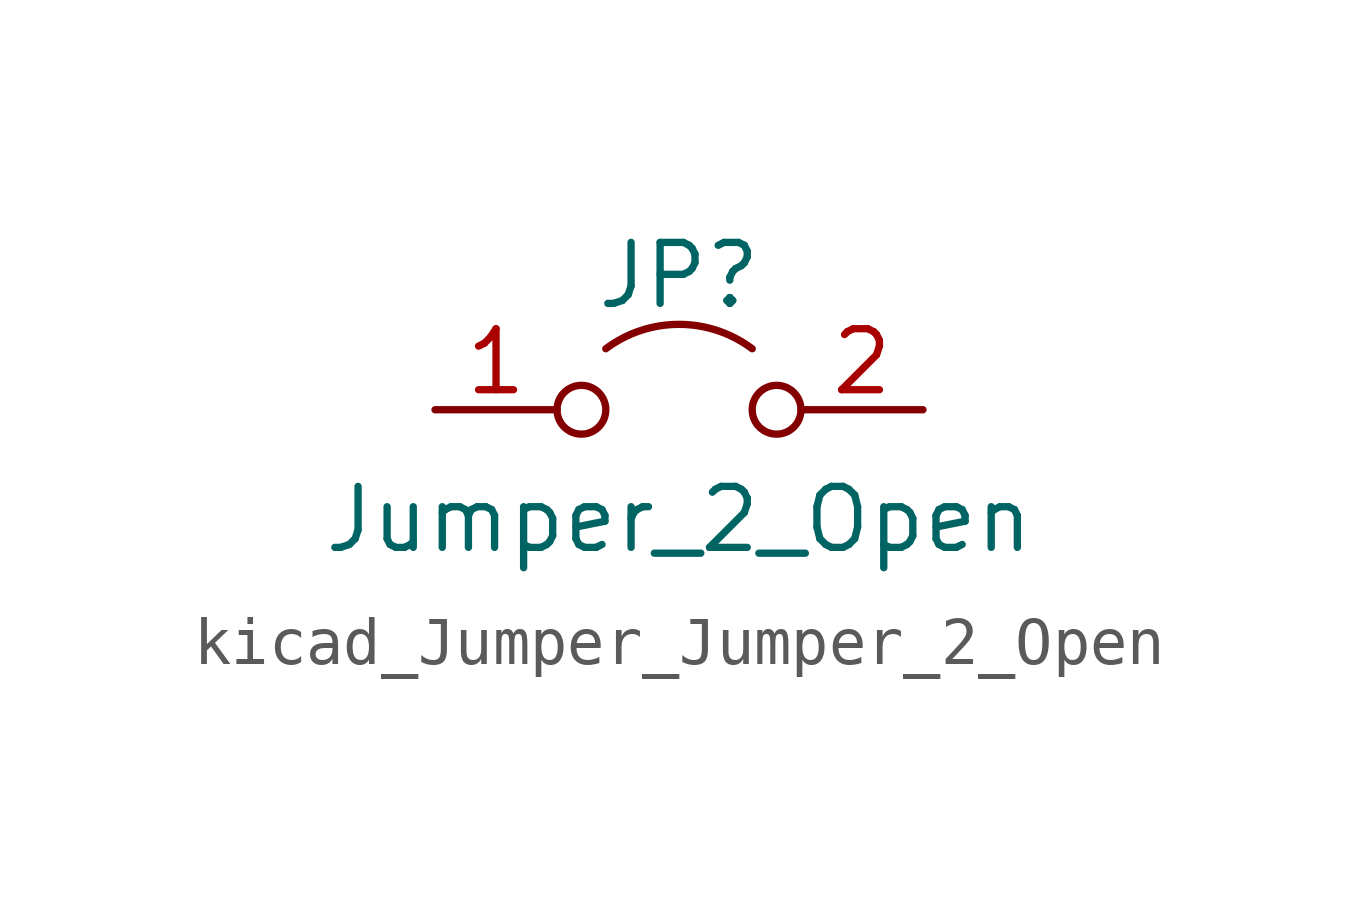
<source format=kicad_sym>
(kicad_symbol_lib
  (version 20220914)
  (generator kicad_symbol_editor)
  (symbol "kicad_Jumper_Jumper_2_Open"
    (pin_names
      (offset 0) hide)
    (property "Reference" "JP"
      (at 0 2.794 0)
      (effects (font (size 1.27 1.27))))
    (property "Value" "Jumper_2_Open"
      (at 0 -2.286 0)
      (effects (font (size 1.27 1.27))))
    (symbol "kicad_Jumper_Jumper_2_Open_0_0"
      (circle (center -2.032 0) (radius 0.508) (stroke (width 0) (type default)) (fill (type none)))
      (circle (center 2.032 0) (radius 0.508) (stroke (width 0) (type default)) (fill (type none))))
    (symbol "kicad_Jumper_Jumper_2_Open_0_1"
      (arc (start 1.524 1.27) (mid 0 1.778) (end -1.524 1.27) (stroke (width 0) (type default)) (fill (type none))))
    (symbol "kicad_Jumper_Jumper_2_Open_1_1"
      (pin passive line (at -5.08 0 0) (length 2.54) (name "A" (effects (font (size 1.27 1.27)))) (number "1" (effects (font (size 1.27 1.27)))))
      (pin passive line (at 5.08 0 180) (length 2.54) (name "B" (effects (font (size 1.27 1.27)))) (number "2" (effects (font (size 1.27 1.27))))))))
</source>
